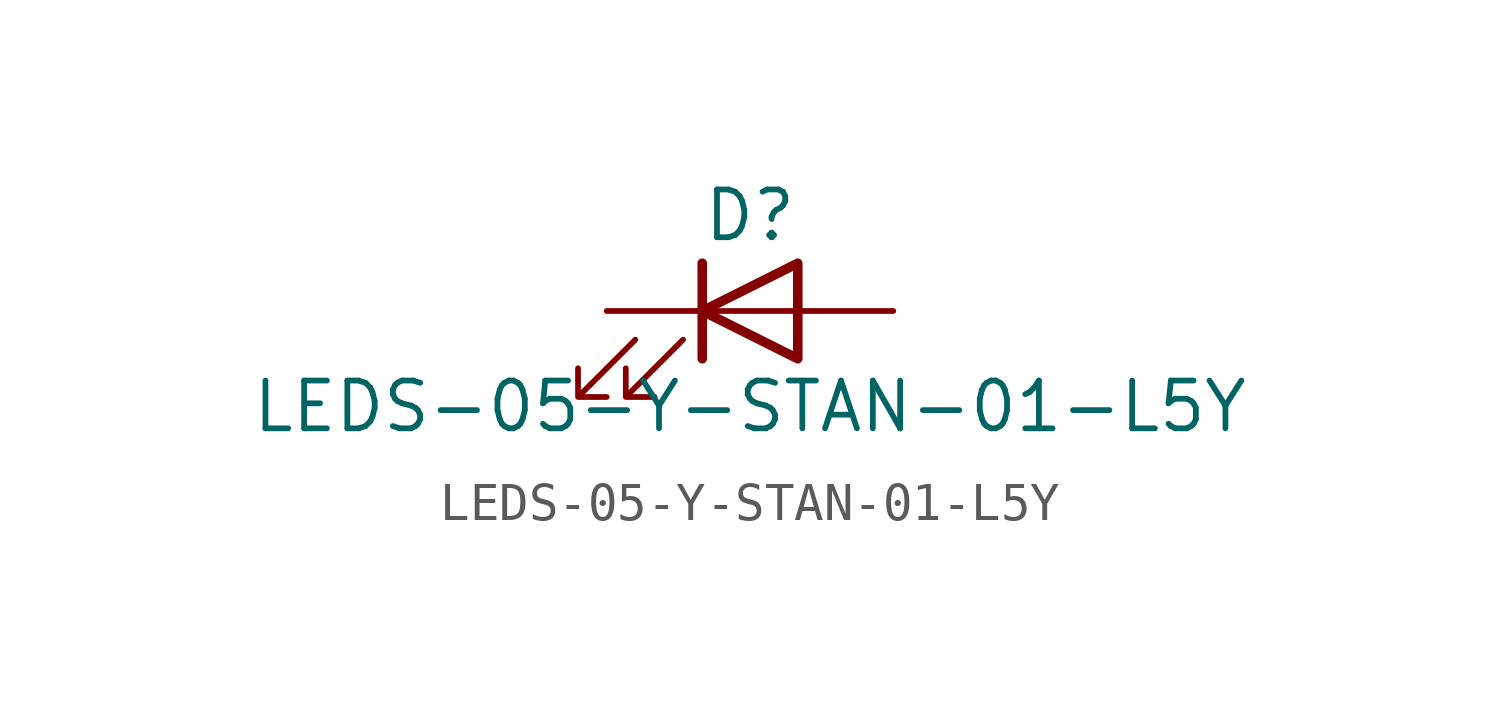
<source format=kicad_sym>
(kicad_symbol_lib
  (version 20211014)
  (generator kicad_symbol_editor)
  (symbol "LEDS-05-Y-STAN-01-L5Y"
    (pin_numbers hide)
    (pin_names
      (offset 1.016) hide)
    (property "Reference" "D"
      (at 0 2.54 0)
      (effects (font (size 1.27 1.27))))
    (property "Value" "LEDS-05-Y-STAN-01-L5Y"
      (at 0 -2.54 0)
      (effects (font (size 1.27 1.27))))
    (symbol "LEDS-05-Y-STAN-01-L5Y_0_1"
      (polyline (pts (xy -1.27 -1.27) (xy -1.27 1.27)) (stroke (width 0.254) (type default) (color 0 0 0 0)) (fill (type none)))
      (polyline (pts (xy -1.27 0) (xy 1.27 0)) (stroke (width 0) (type default) (color 0 0 0 0)) (fill (type none)))
      (polyline (pts (xy 1.27 -1.27) (xy 1.27 1.27) (xy -1.27 0) (xy 1.27 -1.27)) (stroke (width 0.254) (type default) (color 0 0 0 0)) (fill (type none)))
      (polyline (pts (xy -3.048 -0.762) (xy -4.572 -2.286) (xy -3.81 -2.286) (xy -4.572 -2.286) (xy -4.572 -1.524)) (stroke (width 0) (type default) (color 0 0 0 0)) (fill (type none)))
      (polyline (pts (xy -1.778 -0.762) (xy -3.302 -2.286) (xy -2.54 -2.286) (xy -3.302 -2.286) (xy -3.302 -1.524)) (stroke (width 0) (type default) (color 0 0 0 0)) (fill (type none))))
    (symbol "LEDS-05-Y-STAN-01-L5Y_1_1"
      (pin passive line (at -3.81 0 0) (length 2.54) (name "K" (effects (font (size 1.27 1.27)))) (number "1" (effects (font (size 1.27 1.27)))))
      (pin passive line (at 3.81 0 180) (length 2.54) (name "A" (effects (font (size 1.27 1.27)))) (number "2" (effects (font (size 1.27 1.27))))))))
</source>
